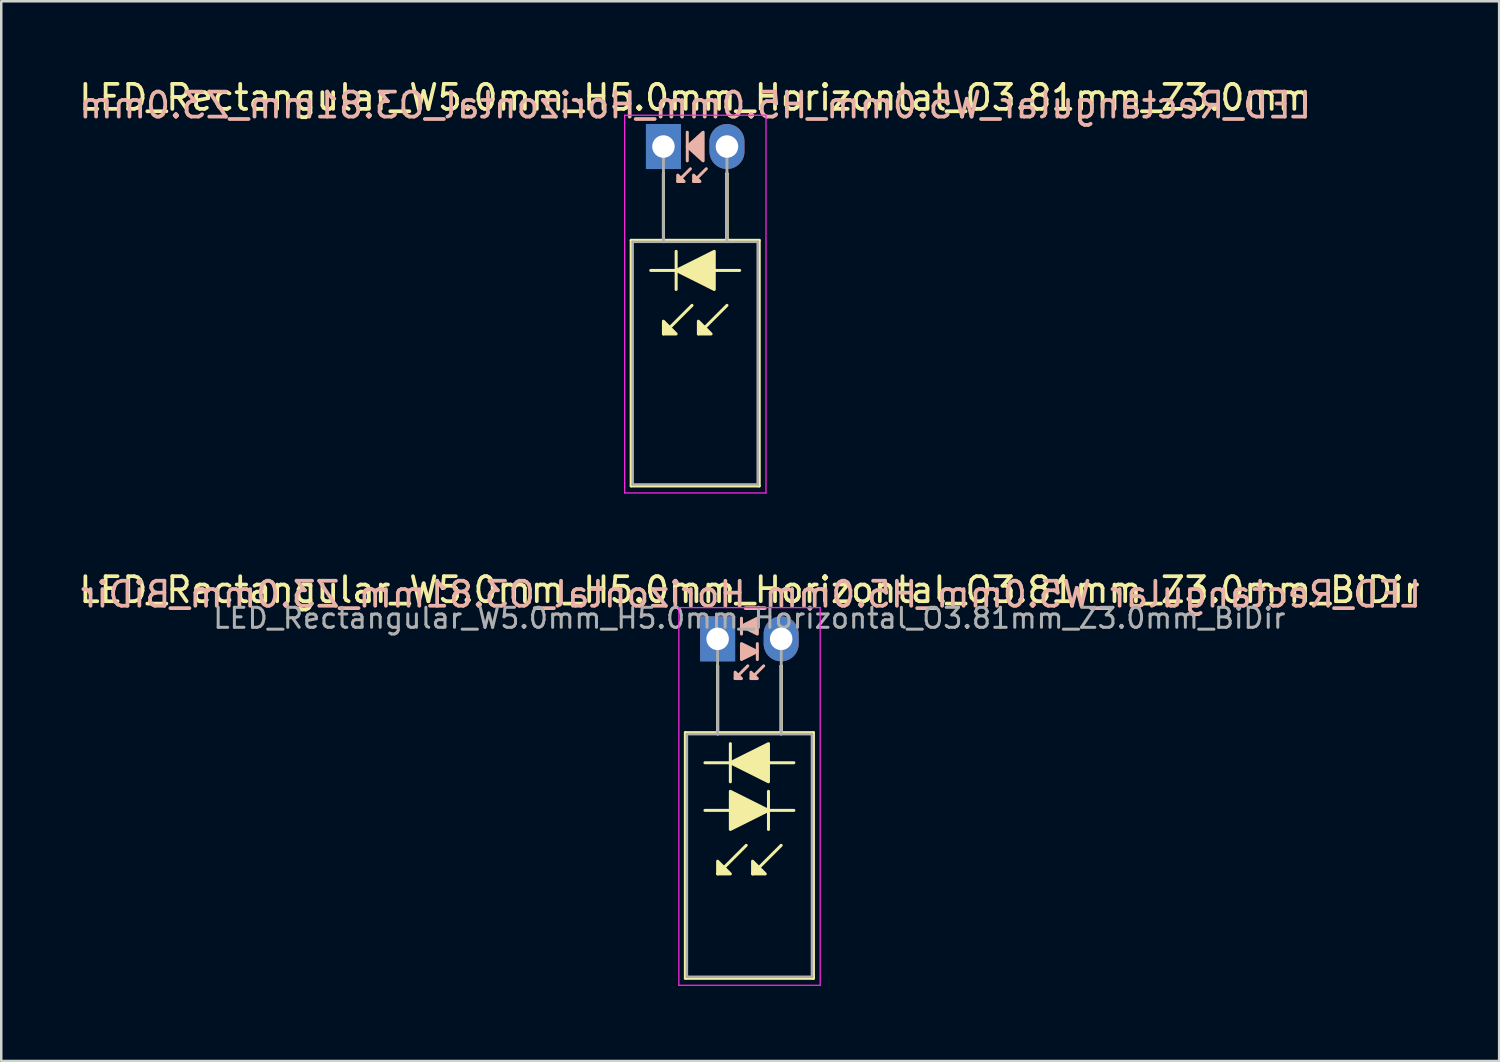
<source format=kicad_pcb>
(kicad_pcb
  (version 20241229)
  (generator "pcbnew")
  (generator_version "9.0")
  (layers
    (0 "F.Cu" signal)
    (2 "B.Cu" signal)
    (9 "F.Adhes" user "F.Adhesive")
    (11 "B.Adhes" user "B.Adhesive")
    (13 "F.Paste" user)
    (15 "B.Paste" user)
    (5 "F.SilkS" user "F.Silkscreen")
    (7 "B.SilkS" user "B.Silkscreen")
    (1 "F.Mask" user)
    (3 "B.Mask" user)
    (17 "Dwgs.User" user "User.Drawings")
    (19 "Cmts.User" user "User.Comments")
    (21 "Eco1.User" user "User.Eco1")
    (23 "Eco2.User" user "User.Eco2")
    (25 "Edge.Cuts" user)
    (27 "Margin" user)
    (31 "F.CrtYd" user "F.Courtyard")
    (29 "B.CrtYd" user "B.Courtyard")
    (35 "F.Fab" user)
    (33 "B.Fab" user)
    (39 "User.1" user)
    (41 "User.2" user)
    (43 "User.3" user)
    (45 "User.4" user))
  (footprint "LED_Rectangular_W5.0mm_H5.0mm_Horizontal_O3.81mm_Z3.0mm_BiDir"
    (layer "F.Cu")
    (at 25.641 22.491)
    (property "Reference" "LED_Rectangular_W5.0mm_H5.0mm_Horizontal_O3.81mm_Z3.0mm_BiDir" (at 1.27 -1.96 0) (layer "F.SilkS") (effects (font (size 1 1) (thickness 0.15))))
    (fp_line (start -1.29 3.75) (end -1.29 13.57) (stroke (width 0.12) (type solid)) (layer "F.SilkS"))
    (fp_line (start -1.29 13.57) (end 3.83 13.57) (stroke (width 0.12) (type solid)) (layer "F.SilkS"))
    (fp_line (start -0.508 6.858) (end 0.508 6.858) (stroke (width 0.12) (type solid)) (layer "F.SilkS"))
    (fp_line (start 0 1.08) (end 0 1.08) (stroke (width 0.12) (type solid)) (layer "F.SilkS"))
    (fp_line (start 0 1.08) (end 0 3.75) (stroke (width 0.12) (type solid)) (layer "F.SilkS"))
    (fp_line (start 0 3.75) (end 0 1.08) (stroke (width 0.12) (type solid)) (layer "F.SilkS"))
    (fp_line (start 0 3.75) (end 0 3.75) (stroke (width 0.12) (type solid)) (layer "F.SilkS"))
    (fp_line (start 0.508 4.191) (end 0.508 5.715) (stroke (width 0.12) (type solid)) (layer "F.SilkS"))
    (fp_line (start 0.508 4.953) (end -0.508 4.953) (stroke (width 0.12) (type solid)) (layer "F.SilkS"))
    (fp_line (start 1.143 8.255) (end 0 9.398) (stroke (width 0.12) (type solid)) (layer "F.SilkS"))
    (fp_line (start 2.032 6.858) (end 3.048 6.858) (stroke (width 0.12) (type solid)) (layer "F.SilkS"))
    (fp_line (start 2.032 7.62) (end 2.032 6.096) (stroke (width 0.12) (type solid)) (layer "F.SilkS"))
    (fp_line (start 2.54 1.08) (end 2.54 1.08) (stroke (width 0.12) (type solid)) (layer "F.SilkS"))
    (fp_line (start 2.54 1.08) (end 2.54 3.75) (stroke (width 0.12) (type solid)) (layer "F.SilkS"))
    (fp_line (start 2.54 3.75) (end 2.54 1.08) (stroke (width 0.12) (type solid)) (layer "F.SilkS"))
    (fp_line (start 2.54 3.75) (end 2.54 3.75) (stroke (width 0.12) (type solid)) (layer "F.SilkS"))
    (fp_line (start 2.54 8.255) (end 1.397 9.398) (stroke (width 0.12) (type solid)) (layer "F.SilkS"))
    (fp_line (start 3.048 4.953) (end 2.032 4.953) (stroke (width 0.12) (type solid)) (layer "F.SilkS"))
    (fp_line (start 3.83 3.75) (end -1.29 3.75) (stroke (width 0.12) (type solid)) (layer "F.SilkS"))
    (fp_line (start 3.83 13.57) (end 3.83 3.75) (stroke (width 0.12) (type solid)) (layer "F.SilkS"))
    (fp_poly (pts (xy 0 8.89) (xy 0.508 9.398) (xy 0 9.398)) (stroke (width 0.12) (type solid)) (fill yes) (layer "F.SilkS"))
    (fp_poly (pts (xy 0.508 6.096) (xy 2.032 6.858) (xy 0.508 7.62)) (stroke (width 0.12) (type solid)) (fill yes) (layer "F.SilkS"))
    (fp_poly (pts (xy 1.397 8.89) (xy 1.905 9.398) (xy 1.397 9.398)) (stroke (width 0.12) (type solid)) (fill yes) (layer "F.SilkS"))
    (fp_poly (pts (xy 2.032 5.715) (xy 0.508 4.953) (xy 2.032 4.191)) (stroke (width 0.12) (type solid)) (fill yes) (layer "F.SilkS"))
    (fp_line (start 0.953 -0.826) (end 0.953 -0.191) (stroke (width 0.12) (type solid)) (layer "B.SilkS"))
    (fp_line (start 1.206 1.079) (end 0.699 1.587) (stroke (width 0.12) (type solid)) (layer "B.SilkS"))
    (fp_line (start 1.587 0.826) (end 1.587 0.191) (stroke (width 0.12) (type solid)) (layer "B.SilkS"))
    (fp_line (start 1.841 1.079) (end 1.333 1.587) (stroke (width 0.12) (type solid)) (layer "B.SilkS"))
    (fp_poly (pts (xy 0.699 1.333) (xy 0.953 1.587) (xy 0.699 1.587)) (stroke (width 0.12) (type solid)) (fill yes) (layer "B.SilkS"))
    (fp_poly (pts (xy 0.953 0.191) (xy 1.587 0.508) (xy 0.953 0.826)) (stroke (width 0.12) (type solid)) (fill yes) (layer "B.SilkS"))
    (fp_poly (pts (xy 1.333 1.333) (xy 1.587 1.587) (xy 1.333 1.587)) (stroke (width 0.12) (type solid)) (fill yes) (layer "B.SilkS"))
    (fp_poly (pts (xy 1.587 -0.191) (xy 0.953 -0.508) (xy 1.587 -0.826)) (stroke (width 0.12) (type solid)) (fill yes) (layer "B.SilkS"))
    (fp_line (start -1.55 -1.25) (end -1.55 13.85) (stroke (width 0.05) (type solid)) (layer "F.CrtYd"))
    (fp_line (start -1.55 13.85) (end 4.1 13.85) (stroke (width 0.05) (type solid)) (layer "F.CrtYd"))
    (fp_line (start 4.1 -1.25) (end -1.55 -1.25) (stroke (width 0.05) (type solid)) (layer "F.CrtYd"))
    (fp_line (start 4.1 13.85) (end 4.1 -1.25) (stroke (width 0.05) (type solid)) (layer "F.CrtYd"))
    (fp_line (start -1.23 3.81) (end -1.23 13.51) (stroke (width 0.1) (type solid)) (layer "F.Fab"))
    (fp_line (start -1.23 13.51) (end 3.77 13.51) (stroke (width 0.1) (type solid)) (layer "F.Fab"))
    (fp_line (start 0 0) (end 0 0) (stroke (width 0.1) (type solid)) (layer "F.Fab"))
    (fp_line (start 0 0) (end 0 3.81) (stroke (width 0.1) (type solid)) (layer "F.Fab"))
    (fp_line (start 0 3.81) (end 0 0) (stroke (width 0.1) (type solid)) (layer "F.Fab"))
    (fp_line (start 0 3.81) (end 0 3.81) (stroke (width 0.1) (type solid)) (layer "F.Fab"))
    (fp_line (start 2.54 0) (end 2.54 0) (stroke (width 0.1) (type solid)) (layer "F.Fab"))
    (fp_line (start 2.54 0) (end 2.54 3.81) (stroke (width 0.1) (type solid)) (layer "F.Fab"))
    (fp_line (start 2.54 3.81) (end 2.54 0) (stroke (width 0.1) (type solid)) (layer "F.Fab"))
    (fp_line (start 2.54 3.81) (end 2.54 3.81) (stroke (width 0.1) (type solid)) (layer "F.Fab"))
    (fp_line (start 3.77 3.81) (end -1.23 3.81) (stroke (width 0.1) (type solid)) (layer "F.Fab"))
    (fp_line (start 3.77 13.51) (end 3.77 3.81) (stroke (width 0.1) (type solid)) (layer "F.Fab"))
    (fp_text user "${REFERENCE}" (at 1.333 -1.778 0) (layer "B.SilkS") (effects (font (size 1 1) (thickness 0.15)) (justify mirror)))
    (fp_text user "${REFERENCE}" (at 1.27 -0.826 0) (layer "F.Fab") (effects (font (size 0.8 0.8) (thickness 0.12))))
    (pad "1" thru_hole rect (at 0 0) (size 1.4 1.8) (drill 0.9) (layers "*.Cu" "*.Mask"))
    (pad "2" thru_hole oval (at 2.54 0) (size 1.4 1.8) (drill 0.9) (layers "*.Cu" "*.Mask")))
  (footprint "LED_Rectangular_W5.0mm_H5.0mm_Horizontal_O3.81mm_Z3.0mm"
    (layer "F.Cu")
    (at 23.474 2.808)
    (property "Reference" "LED_Rectangular_W5.0mm_H5.0mm_Horizontal_O3.81mm_Z3.0mm" (at 1.27 -1.96 0) (layer "F.SilkS") (effects (font (size 1 1) (thickness 0.15))))
    (fp_line (start -1.29 3.75) (end -1.29 13.57) (stroke (width 0.12) (type solid)) (layer "F.SilkS"))
    (fp_line (start -1.29 13.57) (end 3.83 13.57) (stroke (width 0.12) (type solid)) (layer "F.SilkS"))
    (fp_line (start 0 1.08) (end 0 1.08) (stroke (width 0.12) (type solid)) (layer "F.SilkS"))
    (fp_line (start 0 1.08) (end 0 3.75) (stroke (width 0.12) (type solid)) (layer "F.SilkS"))
    (fp_line (start 0 3.75) (end 0 1.08) (stroke (width 0.12) (type solid)) (layer "F.SilkS"))
    (fp_line (start 0 3.75) (end 0 3.75) (stroke (width 0.12) (type solid)) (layer "F.SilkS"))
    (fp_line (start 0.508 4.191) (end 0.508 5.715) (stroke (width 0.12) (type solid)) (layer "F.SilkS"))
    (fp_line (start 0.508 4.953) (end -0.508 4.953) (stroke (width 0.12) (type solid)) (layer "F.SilkS"))
    (fp_line (start 1.143 6.35) (end 0 7.493) (stroke (width 0.12) (type solid)) (layer "F.SilkS"))
    (fp_line (start 2.54 1.08) (end 2.54 1.08) (stroke (width 0.12) (type solid)) (layer "F.SilkS"))
    (fp_line (start 2.54 1.08) (end 2.54 3.75) (stroke (width 0.12) (type solid)) (layer "F.SilkS"))
    (fp_line (start 2.54 3.75) (end 2.54 1.08) (stroke (width 0.12) (type solid)) (layer "F.SilkS"))
    (fp_line (start 2.54 3.75) (end 2.54 3.75) (stroke (width 0.12) (type solid)) (layer "F.SilkS"))
    (fp_line (start 2.54 6.35) (end 1.397 7.493) (stroke (width 0.12) (type solid)) (layer "F.SilkS"))
    (fp_line (start 3.048 4.953) (end 2.032 4.953) (stroke (width 0.12) (type solid)) (layer "F.SilkS"))
    (fp_line (start 3.83 3.75) (end -1.29 3.75) (stroke (width 0.12) (type solid)) (layer "F.SilkS"))
    (fp_line (start 3.83 13.57) (end 3.83 3.75) (stroke (width 0.12) (type solid)) (layer "F.SilkS"))
    (fp_poly (pts (xy 0 6.985) (xy 0.508 7.493) (xy 0 7.493)) (stroke (width 0.12) (type solid)) (fill yes) (layer "F.SilkS"))
    (fp_poly (pts (xy 1.397 6.985) (xy 1.905 7.493) (xy 1.397 7.493)) (stroke (width 0.12) (type solid)) (fill yes) (layer "F.SilkS"))
    (fp_poly (pts (xy 2.032 5.715) (xy 0.508 4.953) (xy 2.032 4.191)) (stroke (width 0.12) (type solid)) (fill yes) (layer "F.SilkS"))
    (fp_line (start 0.953 -0.572) (end 0.953 0.572) (stroke (width 0.12) (type solid)) (layer "B.SilkS"))
    (fp_line (start 1.079 0.889) (end 0.572 1.397) (stroke (width 0.12) (type solid)) (layer "B.SilkS"))
    (fp_line (start 1.714 0.889) (end 1.206 1.397) (stroke (width 0.12) (type solid)) (layer "B.SilkS"))
    (fp_poly (pts (xy 0.572 1.143) (xy 0.826 1.397) (xy 0.572 1.397)) (stroke (width 0.12) (type solid)) (fill yes) (layer "B.SilkS"))
    (fp_poly (pts (xy 1.206 1.143) (xy 1.46 1.397) (xy 1.206 1.397)) (stroke (width 0.12) (type solid)) (fill yes) (layer "B.SilkS"))
    (fp_poly (pts (xy 1.587 0.572) (xy 0.953 0) (xy 1.587 -0.572)) (stroke (width 0.12) (type solid)) (fill yes) (layer "B.SilkS"))
    (fp_line (start -1.55 -1.25) (end -1.55 13.85) (stroke (width 0.05) (type solid)) (layer "F.CrtYd"))
    (fp_line (start -1.55 13.85) (end 4.1 13.85) (stroke (width 0.05) (type solid)) (layer "F.CrtYd"))
    (fp_line (start 4.1 -1.25) (end -1.55 -1.25) (stroke (width 0.05) (type solid)) (layer "F.CrtYd"))
    (fp_line (start 4.1 13.85) (end 4.1 -1.25) (stroke (width 0.05) (type solid)) (layer "F.CrtYd"))
    (fp_line (start -1.23 3.81) (end -1.23 13.51) (stroke (width 0.1) (type solid)) (layer "F.Fab"))
    (fp_line (start -1.23 13.51) (end 3.77 13.51) (stroke (width 0.1) (type solid)) (layer "F.Fab"))
    (fp_line (start 0 0) (end 0 0) (stroke (width 0.1) (type solid)) (layer "F.Fab"))
    (fp_line (start 0 0) (end 0 3.81) (stroke (width 0.1) (type solid)) (layer "F.Fab"))
    (fp_line (start 0 3.81) (end 0 0) (stroke (width 0.1) (type solid)) (layer "F.Fab"))
    (fp_line (start 0 3.81) (end 0 3.81) (stroke (width 0.1) (type solid)) (layer "F.Fab"))
    (fp_line (start 2.54 0) (end 2.54 0) (stroke (width 0.1) (type solid)) (layer "F.Fab"))
    (fp_line (start 2.54 0) (end 2.54 3.81) (stroke (width 0.1) (type solid)) (layer "F.Fab"))
    (fp_line (start 2.54 3.81) (end 2.54 0) (stroke (width 0.1) (type solid)) (layer "F.Fab"))
    (fp_line (start 2.54 3.81) (end 2.54 3.81) (stroke (width 0.1) (type solid)) (layer "F.Fab"))
    (fp_line (start 3.77 3.81) (end -1.23 3.81) (stroke (width 0.1) (type solid)) (layer "F.Fab"))
    (fp_line (start 3.77 13.51) (end 3.77 3.81) (stroke (width 0.1) (type solid)) (layer "F.Fab"))
    (fp_text user "${REFERENCE}" (at 1.27 -1.651 0) (layer "B.SilkS") (effects (font (size 1 1) (thickness 0.15)) (justify mirror)))
    (pad "1" thru_hole rect (at 0 0) (size 1.4 1.8) (drill 0.9) (layers "*.Cu" "*.Mask"))
    (pad "2" thru_hole oval (at 2.54 0) (size 1.4 1.8) (drill 0.9) (layers "*.Cu" "*.Mask")))
  (gr_rect
    (start -3 -3)
    (end 56.885 39.367)
    (stroke (width 0.1) (type default))
    (fill no)
    (layer "Edge.Cuts")))
</source>
